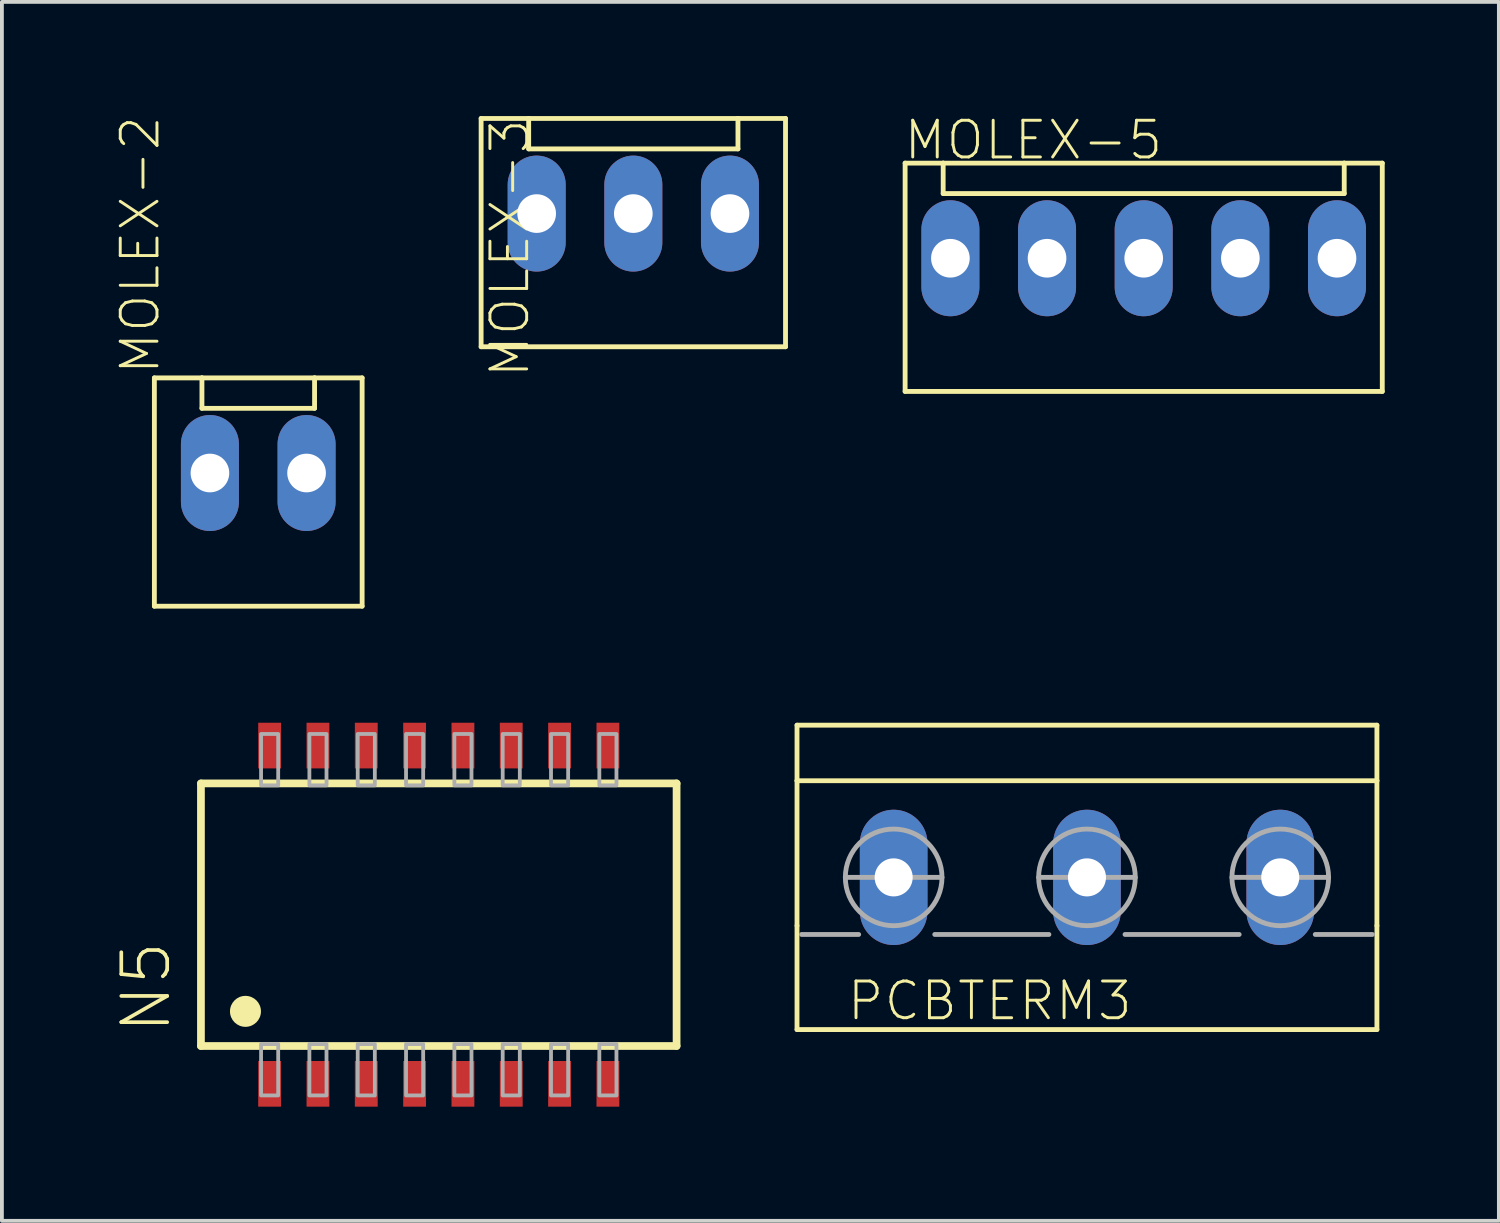
<source format=kicad_pcb>
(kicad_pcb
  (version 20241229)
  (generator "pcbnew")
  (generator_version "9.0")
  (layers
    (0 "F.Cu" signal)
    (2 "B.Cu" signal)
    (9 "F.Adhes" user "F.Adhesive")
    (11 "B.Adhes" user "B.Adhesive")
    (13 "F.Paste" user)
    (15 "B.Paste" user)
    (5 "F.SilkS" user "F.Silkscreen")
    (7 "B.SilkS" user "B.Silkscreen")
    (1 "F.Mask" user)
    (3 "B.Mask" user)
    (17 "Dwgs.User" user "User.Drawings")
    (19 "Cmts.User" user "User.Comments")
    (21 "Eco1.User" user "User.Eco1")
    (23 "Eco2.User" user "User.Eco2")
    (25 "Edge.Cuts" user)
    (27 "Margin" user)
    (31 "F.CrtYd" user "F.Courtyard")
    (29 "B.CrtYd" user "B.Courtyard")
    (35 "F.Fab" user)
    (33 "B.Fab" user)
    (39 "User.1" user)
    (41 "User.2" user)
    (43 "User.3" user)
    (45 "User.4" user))
  (footprint "MOLEX-2"
    (layer "F.Cu")
    (at 1.197 9.381)
    (property "Reference" "MOLEX-2" (at 0 -2.54 270) (layer "F.SilkS") (effects (font (size 0.965 0.965) (thickness 0.077)) (justify left bottom)))
    (attr through_hole)
    (fp_line (start -0.19 -2.5) (end -0.19 3.5) (stroke (width 0.127) (type solid)) (layer "F.SilkS"))
    (fp_line (start -0.19 3.5) (end 5.27 3.5) (stroke (width 0.127) (type solid)) (layer "F.SilkS"))
    (fp_line (start 1.06 -2.5) (end -0.19 -2.5) (stroke (width 0.127) (type solid)) (layer "F.SilkS"))
    (fp_line (start 1.06 -2.5) (end 1.06 -1.7) (stroke (width 0.127) (type solid)) (layer "F.SilkS"))
    (fp_line (start 1.06 -1.7) (end 4.02 -1.7) (stroke (width 0.127) (type solid)) (layer "F.SilkS"))
    (fp_line (start 4.02 -2.5) (end 1.06 -2.5) (stroke (width 0.127) (type solid)) (layer "F.SilkS"))
    (fp_line (start 4.02 -1.7) (end 4.02 -2.5) (stroke (width 0.127) (type solid)) (layer "F.SilkS"))
    (fp_line (start 5.27 -2.5) (end 4.02 -2.5) (stroke (width 0.127) (type solid)) (layer "F.SilkS"))
    (fp_line (start 5.27 3.5) (end 5.27 -2.5) (stroke (width 0.127) (type solid)) (layer "F.SilkS"))
    (pad "1" thru_hole oval (at 3.81 0 90) (size 3.048 1.524) (drill 1.016) (layers "*.Cu" "*.Mask"))
    (pad "2" thru_hole oval (at 1.27 0 90) (size 3.048 1.524) (drill 1.016) (layers "*.Cu" "*.Mask")))
  (footprint "PCBTERM3"
    (layer "F.Cu")
    (at 25.516 20.008)
    (property "Reference" "PCBTERM3" (at -6.35 3.81 0) (layer "F.SilkS") (effects (font (size 0.965 0.965) (thickness 0.077)) (justify left bottom)))
    (attr through_hole)
    (fp_line (start -7.62 -4) (end 7.62 -4) (stroke (width 0.127) (type solid)) (layer "F.SilkS"))
    (fp_line (start -7.62 -2.54) (end -7.62 -4) (stroke (width 0.127) (type solid)) (layer "F.SilkS"))
    (fp_line (start -7.62 -2.54) (end 7.62 -2.54) (stroke (width 0.127) (type solid)) (layer "F.SilkS"))
    (fp_line (start -7.62 1.27) (end -7.62 -2.54) (stroke (width 0.127) (type solid)) (layer "F.SilkS"))
    (fp_line (start -7.62 4) (end -7.62 1.27) (stroke (width 0.127) (type solid)) (layer "F.SilkS"))
    (fp_line (start 7.62 -4) (end 7.62 -2.54) (stroke (width 0.127) (type solid)) (layer "F.SilkS"))
    (fp_line (start 7.62 -2.54) (end 7.62 1.27) (stroke (width 0.127) (type solid)) (layer "F.SilkS"))
    (fp_line (start 7.62 1.27) (end 7.62 4) (stroke (width 0.127) (type solid)) (layer "F.SilkS"))
    (fp_line (start 7.62 4) (end -7.62 4) (stroke (width 0.127) (type solid)) (layer "F.SilkS"))
    (fp_line (start -7.5 1.5) (end -6 1.5) (stroke (width 0.127) (type solid)) (layer "F.Fab"))
    (fp_line (start -6.35 0) (end -3.81 0) (stroke (width 0.127) (type solid)) (layer "F.Fab"))
    (fp_line (start -4 1.5) (end -1 1.5) (stroke (width 0.127) (type solid)) (layer "F.Fab"))
    (fp_line (start -1.27 0) (end 1.27 0) (stroke (width 0.127) (type solid)) (layer "F.Fab"))
    (fp_line (start 1 1.5) (end 4 1.5) (stroke (width 0.127) (type solid)) (layer "F.Fab"))
    (fp_line (start 3.81 0) (end 6.35 0) (stroke (width 0.127) (type solid)) (layer "F.Fab"))
    (fp_line (start 6 1.5) (end 7.5 1.5) (stroke (width 0.127) (type solid)) (layer "F.Fab"))
    (fp_circle (center -5.08 0) (end -3.81 0) (stroke (width 0.127) (type solid)) (fill no) (layer "F.Fab"))
    (fp_circle (center 0 0) (end 1.27 0) (stroke (width 0.127) (type solid)) (fill no) (layer "F.Fab"))
    (fp_circle (center 5.08 0) (end 6.35 0) (stroke (width 0.127) (type solid)) (fill no) (layer "F.Fab"))
    (pad "1" thru_hole oval (at -5.08 0 90) (size 3.556 1.778) (drill 1) (layers "*.Cu" "*.Mask"))
    (pad "2" thru_hole oval (at 0 0 90) (size 3.556 1.778) (drill 1) (layers "*.Cu" "*.Mask"))
    (pad "3" thru_hole oval (at 5.08 0 90) (size 3.556 1.778) (drill 1) (layers "*.Cu" "*.Mask")))
  (footprint "MOLEX-3"
    (layer "F.Cu")
    (at 13.594 2.563)
    (property "Reference" "MOLEX-3" (at -3.81 -2.54 270) (layer "F.SilkS") (effects (font (size 0.965 0.965) (thickness 0.077)) (justify right top)))
    (attr through_hole)
    (fp_line (start -4 -2.5) (end -4 3.5) (stroke (width 0.127) (type solid)) (layer "F.SilkS"))
    (fp_line (start -4 3.5) (end 4 3.5) (stroke (width 0.127) (type solid)) (layer "F.SilkS"))
    (fp_line (start -2.75 -2.5) (end -4 -2.5) (stroke (width 0.127) (type solid)) (layer "F.SilkS"))
    (fp_line (start -2.75 -2.5) (end -2.75 -1.7) (stroke (width 0.127) (type solid)) (layer "F.SilkS"))
    (fp_line (start -2.75 -1.7) (end 2.75 -1.7) (stroke (width 0.127) (type solid)) (layer "F.SilkS"))
    (fp_line (start 2.75 -2.5) (end -2.75 -2.5) (stroke (width 0.127) (type solid)) (layer "F.SilkS"))
    (fp_line (start 2.75 -1.7) (end 2.75 -2.5) (stroke (width 0.127) (type solid)) (layer "F.SilkS"))
    (fp_line (start 4 -2.5) (end 2.75 -2.5) (stroke (width 0.127) (type solid)) (layer "F.SilkS"))
    (fp_line (start 4 3.5) (end 4 -2.5) (stroke (width 0.127) (type solid)) (layer "F.SilkS"))
    (pad "1" thru_hole oval (at 2.54 0 90) (size 3.048 1.524) (drill 1.016) (layers "*.Cu" "*.Mask"))
    (pad "2" thru_hole oval (at 0 0 90) (size 3.048 1.524) (drill 1.016) (layers "*.Cu" "*.Mask"))
    (pad "3" thru_hole oval (at -2.54 0 90) (size 3.048 1.524) (drill 1.016) (layers "*.Cu" "*.Mask")))
  (footprint "MOLEX-5"
    (layer "F.Cu")
    (at 27.007 3.737)
    (property "Reference" "MOLEX-5" (at -6.35 -2.54 0) (layer "F.SilkS") (effects (font (size 0.965 0.965) (thickness 0.077)) (justify left bottom)))
    (attr through_hole)
    (fp_line (start -6.27 -2.5) (end -5.27 -2.5) (stroke (width 0.127) (type solid)) (layer "F.SilkS"))
    (fp_line (start -6.27 3.5) (end -6.27 -2.5) (stroke (width 0.127) (type solid)) (layer "F.SilkS"))
    (fp_line (start -5.27 -2.5) (end -5.27 -1.7) (stroke (width 0.127) (type solid)) (layer "F.SilkS"))
    (fp_line (start -5.27 -2.5) (end 5.27 -2.5) (stroke (width 0.127) (type solid)) (layer "F.SilkS"))
    (fp_line (start -5.27 -1.7) (end 5.27 -1.7) (stroke (width 0.127) (type solid)) (layer "F.SilkS"))
    (fp_line (start 5.27 -2.5) (end 6.27 -2.5) (stroke (width 0.127) (type solid)) (layer "F.SilkS"))
    (fp_line (start 5.27 -1.7) (end 5.27 -2.5) (stroke (width 0.127) (type solid)) (layer "F.SilkS"))
    (fp_line (start 6.27 -2.5) (end 6.27 3.5) (stroke (width 0.127) (type solid)) (layer "F.SilkS"))
    (fp_line (start 6.27 3.5) (end -6.27 3.5) (stroke (width 0.127) (type solid)) (layer "F.SilkS"))
    (pad "1" thru_hole oval (at 5.08 0 90) (size 3.048 1.524) (drill 1.016) (layers "*.Cu" "*.Mask"))
    (pad "2" thru_hole oval (at 2.54 0 90) (size 3.048 1.524) (drill 1.016) (layers "*.Cu" "*.Mask"))
    (pad "3" thru_hole oval (at 0 0 90) (size 3.048 1.524) (drill 1.016) (layers "*.Cu" "*.Mask"))
    (pad "4" thru_hole oval (at -2.54 0 90) (size 3.048 1.524) (drill 1.016) (layers "*.Cu" "*.Mask"))
    (pad "5" thru_hole oval (at -5.08 0 90) (size 3.048 1.524) (drill 1.016) (layers "*.Cu" "*.Mask")))
  (footprint "N5"
    (layer "F.Cu")
    (at 8.481 20.989)
    (property "Reference" "N5" (at -6.985 3.175 90) (layer "F.SilkS") (effects (font (size 1.206 1.206) (thickness 0.097)) (justify left bottom)))
    (attr through_hole)
    (fp_line (start -6.25 -3.45) (end 6.25 -3.45) (stroke (width 0.203) (type solid)) (layer "F.SilkS"))
    (fp_line (start -6.25 3.45) (end -6.25 -3.45) (stroke (width 0.203) (type solid)) (layer "F.SilkS"))
    (fp_line (start 6.25 -3.45) (end 6.25 3.45) (stroke (width 0.203) (type solid)) (layer "F.SilkS"))
    (fp_line (start 6.25 3.45) (end -6.25 3.45) (stroke (width 0.203) (type solid)) (layer "F.SilkS"))
    (fp_circle (center -5.08 2.54) (end -4.673 2.54) (stroke (width 0) (type solid)) (fill yes) (layer "F.SilkS"))
    (fp_poly (pts (xy -4.67 -3.4) (xy -4.22 -3.4) (xy -4.22 -4.75) (xy -4.67 -4.75)) (stroke (width 0.1) (type solid)) (fill no) (layer "F.Fab"))
    (fp_poly (pts (xy -4.22 3.4) (xy -4.67 3.4) (xy -4.67 4.75) (xy -4.22 4.75)) (stroke (width 0.1) (type solid)) (fill no) (layer "F.Fab"))
    (fp_poly (pts (xy -3.4 -3.4) (xy -2.95 -3.4) (xy -2.95 -4.75) (xy -3.4 -4.75)) (stroke (width 0.1) (type solid)) (fill no) (layer "F.Fab"))
    (fp_poly (pts (xy -2.95 3.4) (xy -3.4 3.4) (xy -3.4 4.75) (xy -2.95 4.75)) (stroke (width 0.1) (type solid)) (fill no) (layer "F.Fab"))
    (fp_poly (pts (xy -2.13 -3.4) (xy -1.68 -3.4) (xy -1.68 -4.75) (xy -2.13 -4.75)) (stroke (width 0.1) (type solid)) (fill no) (layer "F.Fab"))
    (fp_poly (pts (xy -1.68 3.4) (xy -2.13 3.4) (xy -2.13 4.75) (xy -1.68 4.75)) (stroke (width 0.1) (type solid)) (fill no) (layer "F.Fab"))
    (fp_poly (pts (xy -0.86 -3.4) (xy -0.41 -3.4) (xy -0.41 -4.75) (xy -0.86 -4.75)) (stroke (width 0.1) (type solid)) (fill no) (layer "F.Fab"))
    (fp_poly (pts (xy -0.41 3.4) (xy -0.86 3.4) (xy -0.86 4.75) (xy -0.41 4.75)) (stroke (width 0.1) (type solid)) (fill no) (layer "F.Fab"))
    (fp_poly (pts (xy 0.41 -3.4) (xy 0.86 -3.4) (xy 0.86 -4.75) (xy 0.41 -4.75)) (stroke (width 0.1) (type solid)) (fill no) (layer "F.Fab"))
    (fp_poly (pts (xy 0.86 3.4) (xy 0.41 3.4) (xy 0.41 4.75) (xy 0.86 4.75)) (stroke (width 0.1) (type solid)) (fill no) (layer "F.Fab"))
    (fp_poly (pts (xy 1.68 -3.4) (xy 2.13 -3.4) (xy 2.13 -4.75) (xy 1.68 -4.75)) (stroke (width 0.1) (type solid)) (fill no) (layer "F.Fab"))
    (fp_poly (pts (xy 2.13 3.4) (xy 1.68 3.4) (xy 1.68 4.75) (xy 2.13 4.75)) (stroke (width 0.1) (type solid)) (fill no) (layer "F.Fab"))
    (fp_poly (pts (xy 2.95 -3.4) (xy 3.4 -3.4) (xy 3.4 -4.75) (xy 2.95 -4.75)) (stroke (width 0.1) (type solid)) (fill no) (layer "F.Fab"))
    (fp_poly (pts (xy 3.4 3.4) (xy 2.95 3.4) (xy 2.95 4.75) (xy 3.4 4.75)) (stroke (width 0.1) (type solid)) (fill no) (layer "F.Fab"))
    (fp_poly (pts (xy 4.22 -3.4) (xy 4.67 -3.4) (xy 4.67 -4.75) (xy 4.22 -4.75)) (stroke (width 0.1) (type solid)) (fill no) (layer "F.Fab"))
    (fp_poly (pts (xy 4.67 3.4) (xy 4.22 3.4) (xy 4.22 4.75) (xy 4.67 4.75)) (stroke (width 0.1) (type solid)) (fill no) (layer "F.Fab"))
    (pad "1" smd rect (at -4.445 4.445) (size 0.6 1.2) (layers "F.Cu" "F.Mask" "F.Paste"))
    (pad "2" smd rect (at -3.175 4.445) (size 0.6 1.2) (layers "F.Cu" "F.Mask" "F.Paste"))
    (pad "3" smd rect (at -1.905 4.445) (size 0.6 1.2) (layers "F.Cu" "F.Mask" "F.Paste"))
    (pad "4" smd rect (at -0.635 4.445) (size 0.6 1.2) (layers "F.Cu" "F.Mask" "F.Paste"))
    (pad "5" smd rect (at 0.635 4.445) (size 0.6 1.2) (layers "F.Cu" "F.Mask" "F.Paste"))
    (pad "6" smd rect (at 1.905 4.445) (size 0.6 1.2) (layers "F.Cu" "F.Mask" "F.Paste"))
    (pad "7" smd rect (at 3.175 4.445) (size 0.6 1.2) (layers "F.Cu" "F.Mask" "F.Paste"))
    (pad "8" smd rect (at 4.445 4.445) (size 0.6 1.2) (layers "F.Cu" "F.Mask" "F.Paste"))
    (pad "9" smd rect (at 4.445 -4.445 180) (size 0.6 1.2) (layers "F.Cu" "F.Mask" "F.Paste"))
    (pad "10" smd rect (at 3.175 -4.445 180) (size 0.6 1.2) (layers "F.Cu" "F.Mask" "F.Paste"))
    (pad "11" smd rect (at 1.905 -4.445 180) (size 0.6 1.2) (layers "F.Cu" "F.Mask" "F.Paste"))
    (pad "12" smd rect (at 0.635 -4.445 180) (size 0.6 1.2) (layers "F.Cu" "F.Mask" "F.Paste"))
    (pad "13" smd rect (at -0.635 -4.445 180) (size 0.6 1.2) (layers "F.Cu" "F.Mask" "F.Paste"))
    (pad "14" smd rect (at -1.905 -4.445 180) (size 0.6 1.2) (layers "F.Cu" "F.Mask" "F.Paste"))
    (pad "15" smd rect (at -3.175 -4.445 180) (size 0.6 1.2) (layers "F.Cu" "F.Mask" "F.Paste"))
    (pad "16" smd rect (at -4.445 -4.445 180) (size 0.6 1.2) (layers "F.Cu" "F.Mask" "F.Paste")))
  (gr_rect
    (start -3 -3)
    (end 36.341 29.034)
    (stroke (width 0.1) (type default))
    (fill no)
    (layer "Edge.Cuts")))
</source>
